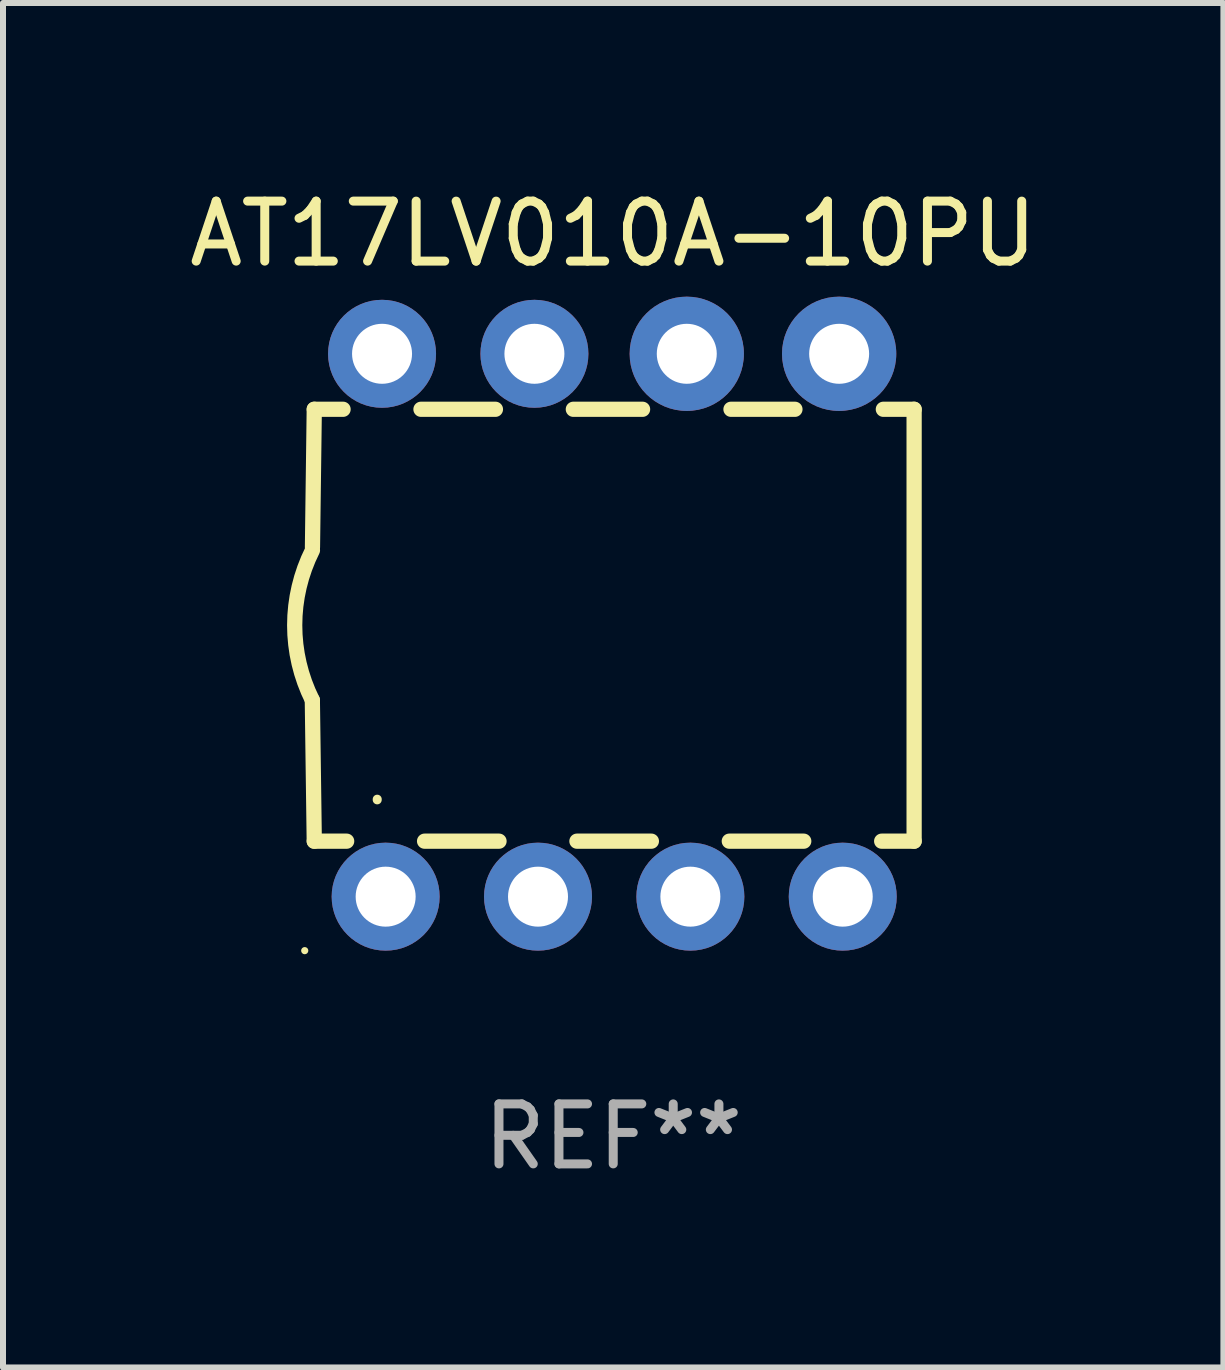
<source format=kicad_pcb>
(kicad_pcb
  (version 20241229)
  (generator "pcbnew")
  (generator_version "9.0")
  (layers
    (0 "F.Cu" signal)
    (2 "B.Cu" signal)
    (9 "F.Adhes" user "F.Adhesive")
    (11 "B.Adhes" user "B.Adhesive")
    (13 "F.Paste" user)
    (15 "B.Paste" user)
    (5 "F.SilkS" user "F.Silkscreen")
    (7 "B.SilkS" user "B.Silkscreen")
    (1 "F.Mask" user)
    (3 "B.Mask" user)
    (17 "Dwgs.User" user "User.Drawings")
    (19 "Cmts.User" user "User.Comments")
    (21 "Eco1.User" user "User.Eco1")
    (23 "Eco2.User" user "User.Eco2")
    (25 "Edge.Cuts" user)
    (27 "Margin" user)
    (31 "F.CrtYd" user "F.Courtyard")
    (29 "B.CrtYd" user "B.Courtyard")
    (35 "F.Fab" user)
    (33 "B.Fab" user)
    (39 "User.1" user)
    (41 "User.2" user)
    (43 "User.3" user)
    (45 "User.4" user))
  (footprint "AT17LV010A-10PU"
    (layer "F.Cu")
    (at 7.173 7.373)
    (property "Reference" "AT17LV010A-10PU" (at 0 -6.525 0) (layer "F.SilkS") (effects (font (size 1 1) (thickness 0.15))))
    (attr through_hole)
    (fp_line (start -4.984 -3.6) (end -5.014 -1.3) (stroke (width 0.254) (type solid)) (layer "F.SilkS"))
    (fp_line (start -4.984 -3.6) (end -4.504 -3.6) (stroke (width 0.254) (type solid)) (layer "F.SilkS"))
    (fp_line (start -4.984 3.6) (end -5.016 1.25) (stroke (width 0.254) (type solid)) (layer "F.SilkS"))
    (fp_line (start -4.984 3.6) (end -4.444 3.6) (stroke (width 0.254) (type solid)) (layer "F.SilkS"))
    (fp_line (start -3.205 -3.6) (end -1.964 -3.6) (stroke (width 0.254) (type solid)) (layer "F.SilkS"))
    (fp_line (start -3.145 3.6) (end -1.904 3.6) (stroke (width 0.254) (type solid)) (layer "F.SilkS"))
    (fp_line (start -0.665 -3.6) (end 0.489 -3.6) (stroke (width 0.254) (type solid)) (layer "F.SilkS"))
    (fp_line (start -0.605 3.6) (end 0.636 3.6) (stroke (width 0.254) (type solid)) (layer "F.SilkS"))
    (fp_line (start 1.935 3.6) (end 3.176 3.6) (stroke (width 0.254) (type solid)) (layer "F.SilkS"))
    (fp_line (start 1.963 -3.6) (end 3.029 -3.6) (stroke (width 0.254) (type solid)) (layer "F.SilkS"))
    (fp_line (start 4.475 3.6) (end 5.016 3.6) (stroke (width 0.254) (type solid)) (layer "F.SilkS"))
    (fp_line (start 4.503 -3.6) (end 5.016 -3.6) (stroke (width 0.254) (type solid)) (layer "F.SilkS"))
    (fp_line (start 5.016 -3.6) (end 5.016 3.6) (stroke (width 0.254) (type solid)) (layer "F.SilkS"))
    (fp_arc (start -5.015621 1.24972) (mid -5.310243 -0.000275) (end -5.014376 -1.249975) (stroke (width 0.254001) (type solid)) (layer "F.SilkS"))
    (fp_arc (start -3.934646 2.911239) (mid -3.934581 2.905612) (end -3.934392 2.899987) (stroke (width 0.149987) (type solid)) (layer "F.SilkS"))
    (fp_circle (center -5.143 5.425) (end -5.113 5.425) (stroke (width 0.06) (type solid)) (fill no) (layer "F.SilkS"))
    (fp_text user "REF**" (at 0 8.525 0) (layer "F.Fab") (effects (font (size 1 1) (thickness 0.15))))
    (pad "1" thru_hole circle (at -3.794 4.525) (size 1.8 1.8) (drill 1) (layers "*.Cu" "*.Mask"))
    (pad "2" thru_hole circle (at -1.254 4.525) (size 1.8 1.8) (drill 1) (layers "*.Cu" "*.Mask"))
    (pad "3" thru_hole circle (at 1.286 4.525) (size 1.8 1.8) (drill 1) (layers "*.Cu" "*.Mask"))
    (pad "4" thru_hole circle (at 3.826 4.525) (size 1.8 1.8) (drill 1) (layers "*.Cu" "*.Mask"))
    (pad "5" thru_hole circle (at 3.766 -4.525) (size 1.905 1.905) (drill 1) (layers "*.Cu" "*.Mask"))
    (pad "6" thru_hole circle (at 1.226 -4.525) (size 1.905 1.905) (drill 1) (layers "*.Cu" "*.Mask"))
    (pad "7" thru_hole circle (at -1.314 -4.525) (size 1.8 1.8) (drill 1) (layers "*.Cu" "*.Mask"))
    (pad "8" thru_hole circle (at -3.854 -4.525) (size 1.8 1.8) (drill 1) (layers "*.Cu" "*.Mask")))
  (gr_rect
    (start -3 -3)
    (end 17.345 19.747)
    (stroke (width 0.1) (type default))
    (fill no)
    (layer "Edge.Cuts")))
</source>
